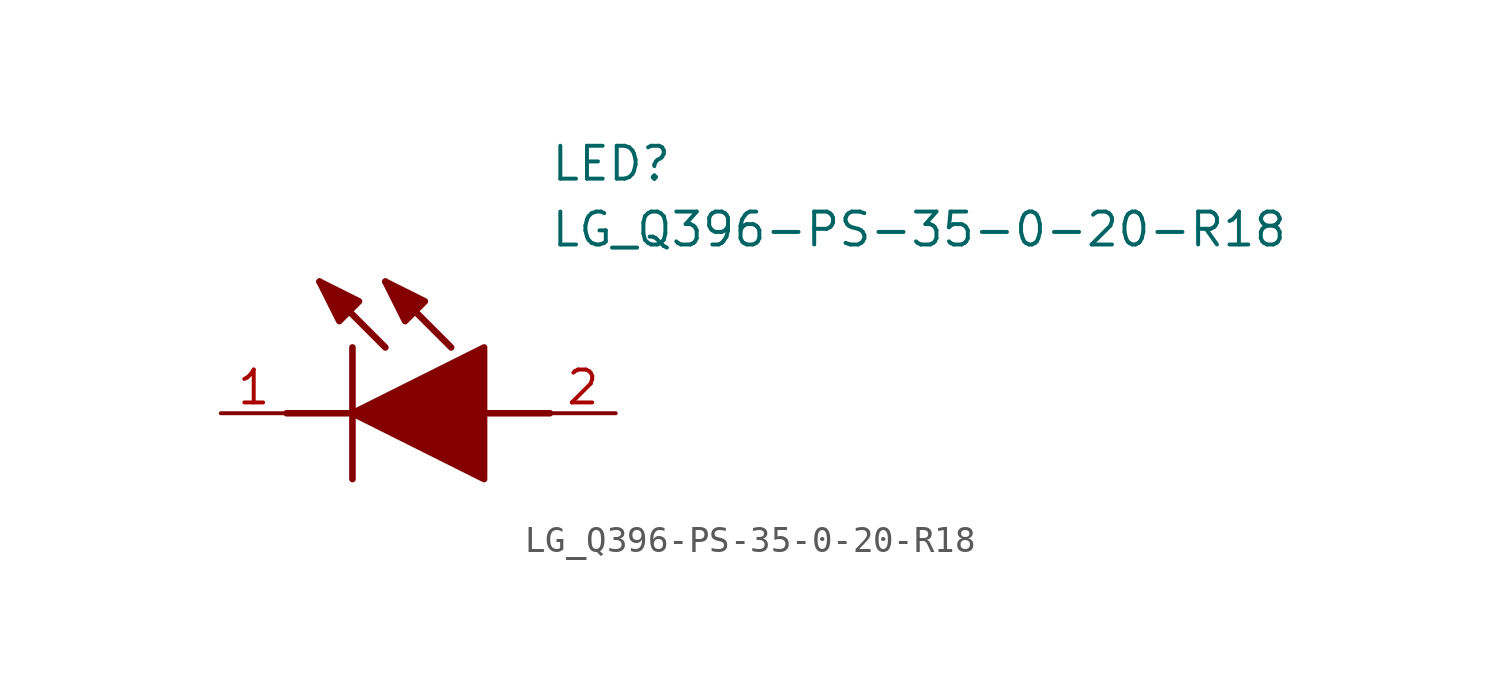
<source format=kicad_sym>
(kicad_symbol_lib
  (version 20211014)
  (generator SamacSys_ECAD_Model)
  (symbol "LG_Q396-PS-35-0-20-R18"
    (pin_names hide)
    (property "Reference" "LED"
      (at 12.7 8.89 0)
      (effects (font (size 1.27 1.27)) (justify left bottom)))
    (property "Value" "LG_Q396-PS-35-0-20-R18"
      (at 12.7 6.35 0)
      (effects (font (size 1.27 1.27)) (justify left bottom)))
    (polyline
      (pts (xy 5.08 2.54) (xy 5.08 -2.54))
      (stroke (width 0.254) (type default))
      (fill (type none)))
    (polyline
      (pts (xy 6.35 2.54) (xy 3.81 5.08))
      (stroke (width 0.254) (type default))
      (fill (type none)))
    (polyline
      (pts (xy 8.89 2.54) (xy 6.35 5.08))
      (stroke (width 0.254) (type default))
      (fill (type none)))
    (polyline
      (pts (xy 2.54 0) (xy 5.08 0))
      (stroke (width 0.254) (type default))
      (fill (type none)))
    (polyline
      (pts (xy 10.16 0) (xy 12.7 0))
      (stroke (width 0.254) (type default))
      (fill (type none)))
    (polyline
      (pts (xy 5.08 0) (xy 10.16 2.54) (xy 10.16 -2.54) (xy 5.08 0))
      (stroke (width 0.254) (type default))
      (fill (type outline)))
    (polyline
      (pts (xy 5.334 4.318) (xy 4.572 3.556) (xy 3.81 5.08) (xy 5.334 4.318))
      (stroke (width 0.254) (type default))
      (fill (type outline)))
    (polyline
      (pts (xy 7.874 4.318) (xy 7.112 3.556) (xy 6.35 5.08) (xy 7.874 4.318))
      (stroke (width 0.254) (type default))
      (fill (type outline)))
    (pin passive line
      (at 0 0 0)
      (length 2.54)
      (name "K" (effects (font (size 1.27 1.27))))
      (number "1" (effects (font (size 1.27 1.27)))))
    (pin passive line
      (at 15.24 0 180)
      (length 2.54)
      (name "A" (effects (font (size 1.27 1.27))))
      (number "2" (effects (font (size 1.27 1.27)))))))
</source>
